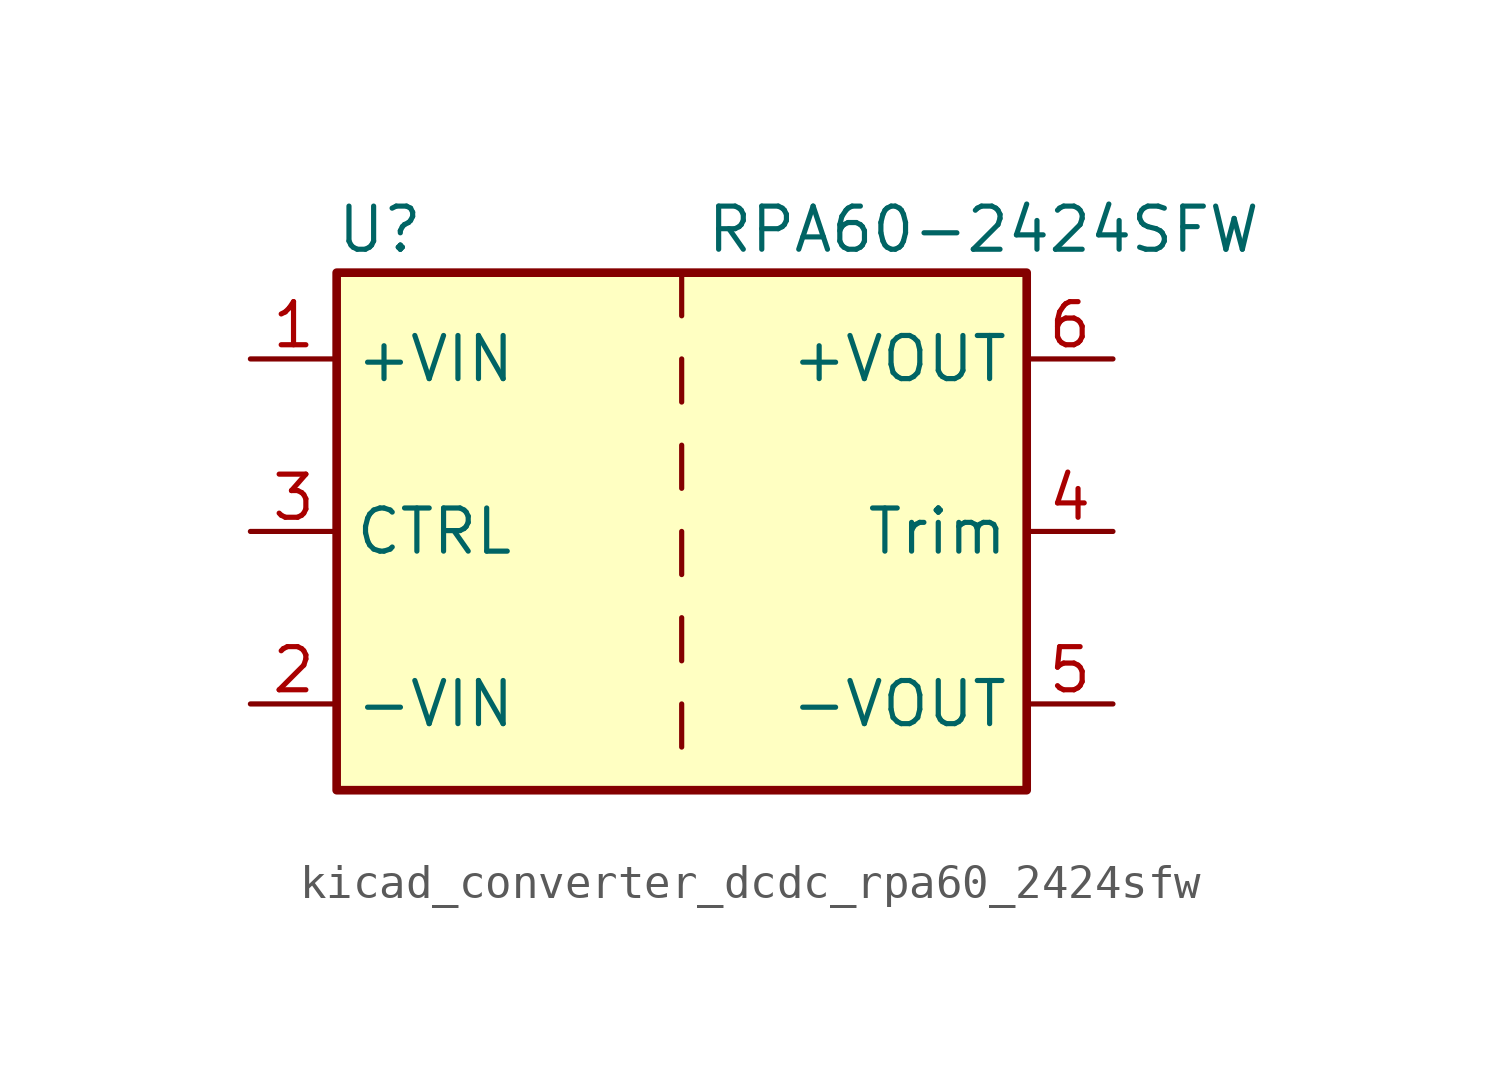
<source format=kicad_sym>
(kicad_symbol_lib
  (version 20220914)
  (generator kicad_symbol_editor)
  (symbol "kicad_converter_dcdc_rpa60_2424sfw"
    (property "Reference" "U"
      (at -8.89 8.89 0)
      (effects (font (size 1.27 1.27))))
    (property "Value" "RPA60-2424SFW"
      (at 8.89 8.89 0)
      (effects (font (size 1.27 1.27))))
    (symbol "kicad_converter_dcdc_rpa60_2424sfw_0_1"
      (rectangle (start -10.16 7.62) (end 10.16 -7.62) (stroke (width 0.254) (type default)) (fill (type background)))
      (polyline (pts (xy 0 -5.08) (xy 0 -6.35)) (stroke (width 0) (type default)) (fill (type none)))
      (polyline (pts (xy 0 -2.54) (xy 0 -3.81)) (stroke (width 0) (type default)) (fill (type none)))
      (polyline (pts (xy 0 0) (xy 0 -1.27)) (stroke (width 0) (type default)) (fill (type none)))
      (polyline (pts (xy 0 2.54) (xy 0 1.27)) (stroke (width 0) (type default)) (fill (type none)))
      (polyline (pts (xy 0 5.08) (xy 0 3.81)) (stroke (width 0) (type default)) (fill (type none)))
      (polyline (pts (xy 0 7.62) (xy 0 6.35)) (stroke (width 0) (type default)) (fill (type none))))
    (symbol "kicad_converter_dcdc_rpa60_2424sfw_1_1"
      (pin power_in line (at -12.7 5.08 0) (length 2.54) (name "+VIN" (effects (font (size 1.27 1.27)))) (number "1" (effects (font (size 1.27 1.27)))))
      (pin power_in line (at -12.7 -5.08 0) (length 2.54) (name "-VIN" (effects (font (size 1.27 1.27)))) (number "2" (effects (font (size 1.27 1.27)))))
      (pin input line (at -12.7 0 0) (length 2.54) (name "CTRL" (effects (font (size 1.27 1.27)))) (number "3" (effects (font (size 1.27 1.27)))))
      (pin input line (at 12.7 0 180) (length 2.54) (name "Trim" (effects (font (size 1.27 1.27)))) (number "4" (effects (font (size 1.27 1.27)))))
      (pin power_out line (at 12.7 -5.08 180) (length 2.54) (name "-VOUT" (effects (font (size 1.27 1.27)))) (number "5" (effects (font (size 1.27 1.27)))))
      (pin power_out line (at 12.7 5.08 180) (length 2.54) (name "+VOUT" (effects (font (size 1.27 1.27)))) (number "6" (effects (font (size 1.27 1.27))))))))
</source>
